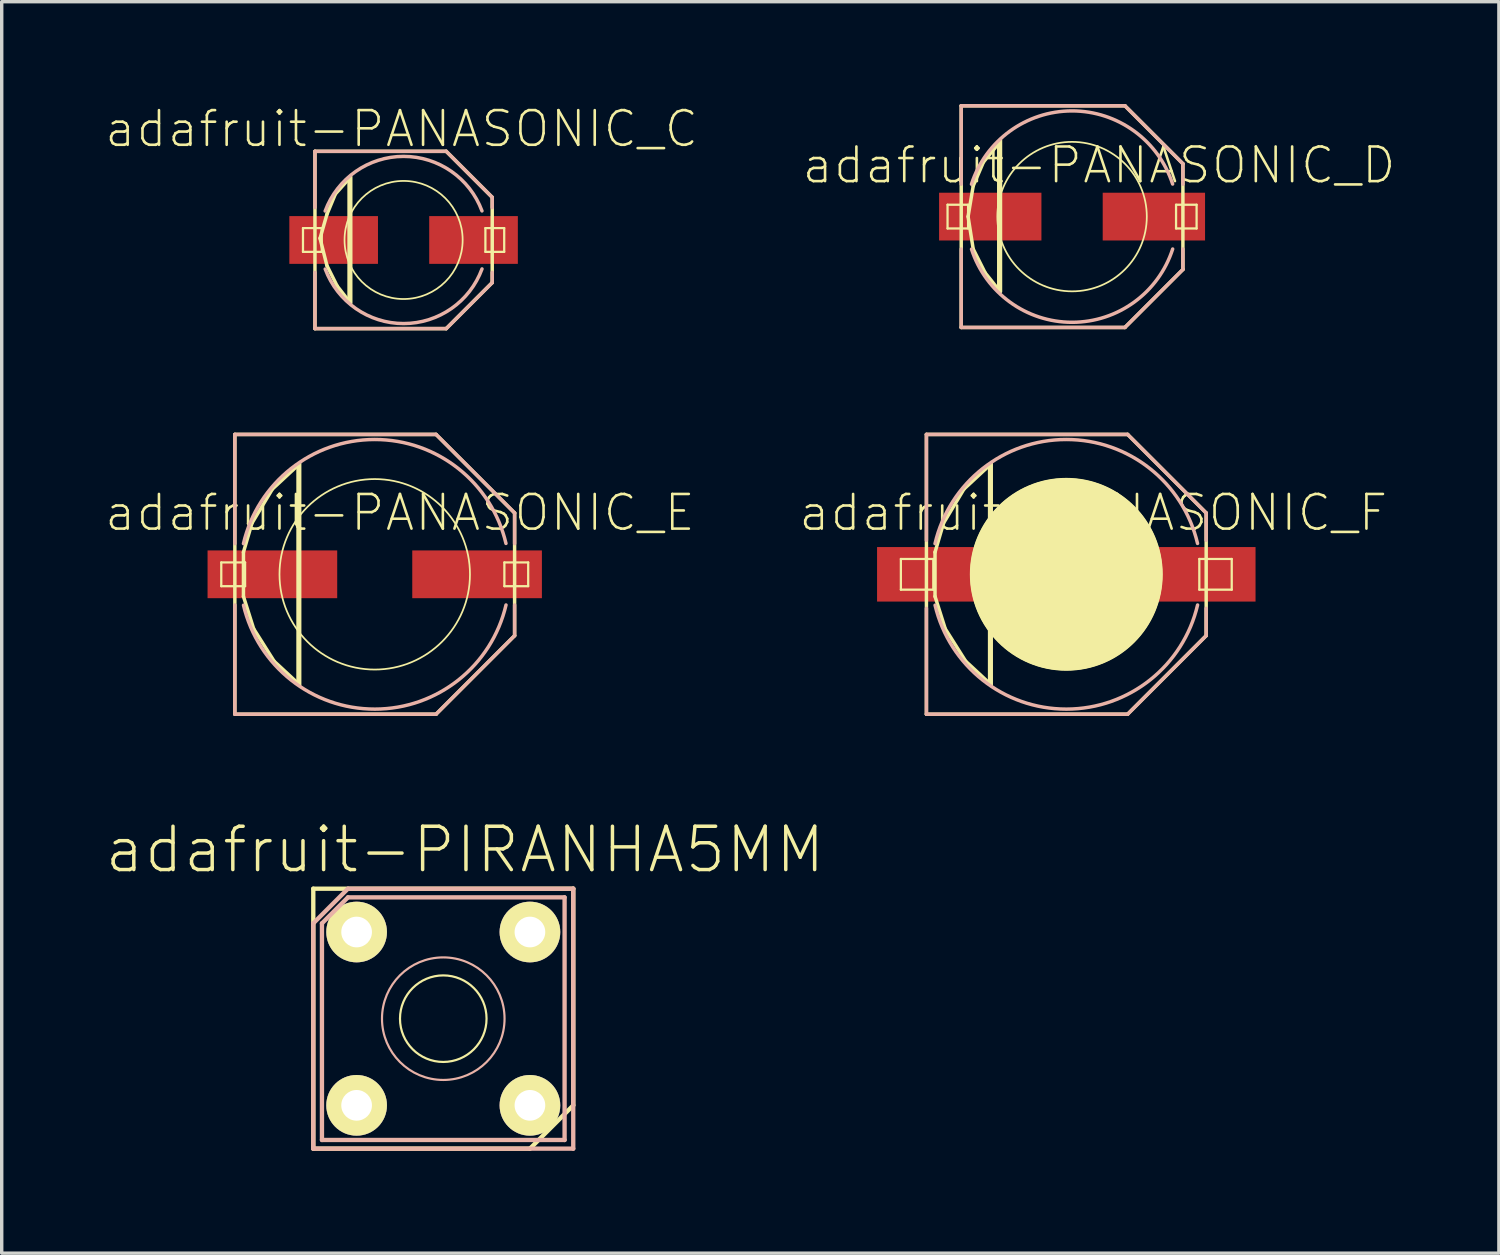
<source format=kicad_pcb>
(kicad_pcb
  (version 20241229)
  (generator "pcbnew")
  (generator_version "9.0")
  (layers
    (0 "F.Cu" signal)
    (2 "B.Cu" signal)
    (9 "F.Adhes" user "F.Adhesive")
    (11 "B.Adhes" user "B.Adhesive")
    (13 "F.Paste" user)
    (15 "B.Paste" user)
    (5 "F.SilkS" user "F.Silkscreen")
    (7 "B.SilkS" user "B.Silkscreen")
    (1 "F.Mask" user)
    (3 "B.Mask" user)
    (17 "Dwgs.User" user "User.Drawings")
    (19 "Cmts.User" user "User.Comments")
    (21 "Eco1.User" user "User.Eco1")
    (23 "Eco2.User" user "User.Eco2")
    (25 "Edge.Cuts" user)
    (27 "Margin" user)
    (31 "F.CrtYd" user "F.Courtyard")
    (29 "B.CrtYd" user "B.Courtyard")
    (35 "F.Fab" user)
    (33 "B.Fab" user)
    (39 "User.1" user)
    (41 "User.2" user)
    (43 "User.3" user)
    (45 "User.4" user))
  (footprint "adafruit-PANASONIC_E"
    (layer "F.Cu")
    (at 7.934 13.784)
    (property "Reference" "adafruit-PANASONIC_E" (at 0.739 -1.806 0) (layer "F.SilkS") (effects (font (size 1.016 1.016) (thickness 0.076))))
    (attr smd)
    (fp_line (start -4.498 -0.348) (end -3.8 -0.348) (stroke (width 0.066) (type solid)) (layer "F.SilkS"))
    (fp_line (start -4.498 0.348) (end -4.498 -0.348) (stroke (width 0.066) (type solid)) (layer "F.SilkS"))
    (fp_line (start -4.498 0.348) (end -3.8 0.348) (stroke (width 0.066) (type solid)) (layer "F.SilkS"))
    (fp_line (start -4.1 -4.1) (end 1.798 -4.1) (stroke (width 0.102) (type solid)) (layer "F.SilkS"))
    (fp_line (start -4.1 4.1) (end -4.1 -4.1) (stroke (width 0.102) (type solid)) (layer "F.SilkS"))
    (fp_line (start -3.848 -0.648) (end -3.848 0.648) (stroke (width 0.102) (type solid)) (layer "F.SilkS"))
    (fp_line (start -3.848 0.648) (end -3.548 1.598) (stroke (width 0.102) (type solid)) (layer "F.SilkS"))
    (fp_line (start -3.8 0.348) (end -3.8 -0.348) (stroke (width 0.066) (type solid)) (layer "F.SilkS"))
    (fp_line (start -3.599 -1.499) (end -3.848 -0.648) (stroke (width 0.102) (type solid)) (layer "F.SilkS"))
    (fp_line (start -3.548 1.598) (end -2.949 2.548) (stroke (width 0.102) (type solid)) (layer "F.SilkS"))
    (fp_line (start -3 -2.499) (end -3.599 -1.499) (stroke (width 0.102) (type solid)) (layer "F.SilkS"))
    (fp_line (start -2.949 2.548) (end -2.248 3.198) (stroke (width 0.102) (type solid)) (layer "F.SilkS"))
    (fp_line (start -2.248 -3.198) (end -3 -2.499) (stroke (width 0.102) (type solid)) (layer "F.SilkS"))
    (fp_line (start -2.248 -3.15) (end -2.248 -3.198) (stroke (width 0.102) (type solid)) (layer "F.SilkS"))
    (fp_line (start -2.248 3.198) (end -2.248 -3.15) (stroke (width 0.102) (type solid)) (layer "F.SilkS"))
    (fp_line (start -2.2 -3.249) (end -2.2 3.249) (stroke (width 0.102) (type solid)) (layer "F.SilkS"))
    (fp_line (start 1.798 -4.1) (end 4.1 -1.798) (stroke (width 0.102) (type solid)) (layer "F.SilkS"))
    (fp_line (start 1.798 4.1) (end -4.1 4.1) (stroke (width 0.102) (type solid)) (layer "F.SilkS"))
    (fp_line (start 3.8 -0.348) (end 4.498 -0.348) (stroke (width 0.066) (type solid)) (layer "F.SilkS"))
    (fp_line (start 3.8 0.348) (end 3.8 -0.348) (stroke (width 0.066) (type solid)) (layer "F.SilkS"))
    (fp_line (start 3.8 0.348) (end 4.498 0.348) (stroke (width 0.066) (type solid)) (layer "F.SilkS"))
    (fp_line (start 4.1 -1.798) (end 4.1 1.798) (stroke (width 0.102) (type solid)) (layer "F.SilkS"))
    (fp_line (start 4.1 1.798) (end 1.798 4.1) (stroke (width 0.102) (type solid)) (layer "F.SilkS"))
    (fp_line (start 4.498 0.348) (end 4.498 -0.348) (stroke (width 0.066) (type solid)) (layer "F.SilkS"))
    (fp_circle (center 0 0) (end -1.974 1.974) (stroke (width 0.051) (type solid)) (fill no) (layer "F.SilkS"))
    (fp_line (start -4.1 -4.1) (end 1.798 -4.1) (stroke (width 0.102) (type solid)) (layer "B.SilkS"))
    (fp_line (start -4.1 -0.899) (end -4.1 -4.1) (stroke (width 0.102) (type solid)) (layer "B.SilkS"))
    (fp_line (start -4.1 4.1) (end -4.1 0.899) (stroke (width 0.102) (type solid)) (layer "B.SilkS"))
    (fp_line (start 1.798 -4.1) (end 4.1 -1.798) (stroke (width 0.102) (type solid)) (layer "B.SilkS"))
    (fp_line (start 1.798 4.1) (end -4.1 4.1) (stroke (width 0.102) (type solid)) (layer "B.SilkS"))
    (fp_line (start 4.1 -1.798) (end 4.1 -0.899) (stroke (width 0.102) (type solid)) (layer "B.SilkS"))
    (fp_line (start 4.1 0.899) (end 4.1 1.798) (stroke (width 0.102) (type solid)) (layer "B.SilkS"))
    (fp_line (start 4.1 1.798) (end 1.798 4.1) (stroke (width 0.102) (type solid)) (layer "B.SilkS"))
    (fp_arc (start -3.8481 -0.89916) (mid -0.003314 -3.951753) (end 3.846587 -0.905612) (stroke (width 0.1016) (type solid)) (layer "B.SilkS"))
    (fp_arc (start 3.8481 0.89916) (mid 0.003314 3.951753) (end -3.846587 0.905612) (stroke (width 0.1016) (type solid)) (layer "B.SilkS"))
    (pad "+" smd rect (at 3 0) (size 3.8 1.4) (layers "F.Cu" "F.Mask" "F.Paste"))
    (pad "-" smd rect (at -3 0) (size 3.8 1.4) (layers "F.Cu" "F.Mask" "F.Paste")))
  (footprint "adafruit-PANASONIC_C"
    (layer "F.Cu")
    (at 8.78 3.984)
    (property "Reference" "adafruit-PANASONIC_C" (at -0.058 -3.256 0) (layer "F.SilkS") (effects (font (size 1.016 1.016) (thickness 0.076))))
    (attr smd)
    (fp_line (start -2.949 -0.348) (end -2.398 -0.348) (stroke (width 0.066) (type solid)) (layer "F.SilkS"))
    (fp_line (start -2.949 0.348) (end -2.949 -0.348) (stroke (width 0.066) (type solid)) (layer "F.SilkS"))
    (fp_line (start -2.949 0.348) (end -2.398 0.348) (stroke (width 0.066) (type solid)) (layer "F.SilkS"))
    (fp_line (start -2.598 -2.598) (end 1.25 -2.598) (stroke (width 0.102) (type solid)) (layer "F.SilkS"))
    (fp_line (start -2.598 2.598) (end -2.598 -2.598) (stroke (width 0.102) (type solid)) (layer "F.SilkS"))
    (fp_line (start -2.449 -0.048) (end -2.248 0.749) (stroke (width 0.102) (type solid)) (layer "F.SilkS"))
    (fp_line (start -2.398 0.348) (end -2.398 -0.348) (stroke (width 0.066) (type solid)) (layer "F.SilkS"))
    (fp_line (start -2.248 -0.749) (end -2.449 -0.048) (stroke (width 0.102) (type solid)) (layer "F.SilkS"))
    (fp_line (start -2.248 0.749) (end -1.948 1.349) (stroke (width 0.102) (type solid)) (layer "F.SilkS"))
    (fp_line (start -1.999 -1.349) (end -2.248 -0.749) (stroke (width 0.102) (type solid)) (layer "F.SilkS"))
    (fp_line (start -1.948 1.349) (end -1.598 1.798) (stroke (width 0.102) (type solid)) (layer "F.SilkS"))
    (fp_line (start -1.598 -1.798) (end -1.999 -1.349) (stroke (width 0.102) (type solid)) (layer "F.SilkS"))
    (fp_line (start -1.598 1.798) (end -1.598 -1.798) (stroke (width 0.102) (type solid)) (layer "F.SilkS"))
    (fp_line (start -1.549 -1.849) (end -1.549 1.849) (stroke (width 0.102) (type solid)) (layer "F.SilkS"))
    (fp_line (start 1.25 -2.598) (end 2.598 -1.25) (stroke (width 0.102) (type solid)) (layer "F.SilkS"))
    (fp_line (start 1.25 2.598) (end -2.598 2.598) (stroke (width 0.102) (type solid)) (layer "F.SilkS"))
    (fp_line (start 2.398 -0.348) (end 2.949 -0.348) (stroke (width 0.066) (type solid)) (layer "F.SilkS"))
    (fp_line (start 2.398 0.348) (end 2.398 -0.348) (stroke (width 0.066) (type solid)) (layer "F.SilkS"))
    (fp_line (start 2.398 0.348) (end 2.949 0.348) (stroke (width 0.066) (type solid)) (layer "F.SilkS"))
    (fp_line (start 2.598 -1.25) (end 2.598 1.25) (stroke (width 0.102) (type solid)) (layer "F.SilkS"))
    (fp_line (start 2.598 1.25) (end 1.25 2.598) (stroke (width 0.102) (type solid)) (layer "F.SilkS"))
    (fp_line (start 2.949 0.348) (end 2.949 -0.348) (stroke (width 0.066) (type solid)) (layer "F.SilkS"))
    (fp_circle (center 0 0) (end -1.224 1.224) (stroke (width 0.051) (type solid)) (fill no) (layer "F.SilkS"))
    (fp_line (start -2.598 -2.598) (end 1.25 -2.598) (stroke (width 0.102) (type solid)) (layer "B.SilkS"))
    (fp_line (start -2.598 -0.95) (end -2.598 -2.598) (stroke (width 0.102) (type solid)) (layer "B.SilkS"))
    (fp_line (start -2.598 2.598) (end -2.598 0.95) (stroke (width 0.102) (type solid)) (layer "B.SilkS"))
    (fp_line (start 1.25 -2.598) (end 2.598 -1.25) (stroke (width 0.102) (type solid)) (layer "B.SilkS"))
    (fp_line (start 1.25 2.598) (end -2.598 2.598) (stroke (width 0.102) (type solid)) (layer "B.SilkS"))
    (fp_line (start 2.598 -1.25) (end 2.598 -0.95) (stroke (width 0.102) (type solid)) (layer "B.SilkS"))
    (fp_line (start 2.598 0.95) (end 2.598 1.25) (stroke (width 0.102) (type solid)) (layer "B.SilkS"))
    (fp_line (start 2.598 1.25) (end 1.25 2.598) (stroke (width 0.102) (type solid)) (layer "B.SilkS"))
    (fp_arc (start -2.2987 -0.84836) (mid -0.001833 -2.450252) (end 2.297428 -0.851799) (stroke (width 0.1016) (type solid)) (layer "B.SilkS"))
    (fp_arc (start 2.2987 0.84836) (mid 0.001833 2.450252) (end -2.297428 0.851799) (stroke (width 0.1016) (type solid)) (layer "B.SilkS"))
    (pad "+" smd rect (at 2.05 0) (size 2.598 1.4) (layers "F.Cu" "F.Mask" "F.Paste"))
    (pad "-" smd rect (at -2.05 0) (size 2.598 1.4) (layers "F.Cu" "F.Mask" "F.Paste")))
  (footprint "adafruit-PANASONIC_F"
    (layer "F.Cu")
    (at 28.205 13.784)
    (property "Reference" "adafruit-PANASONIC_F" (at 0.79 -1.806 0) (layer "F.SilkS") (effects (font (size 1.016 1.016) (thickness 0.076))))
    (attr smd)
    (fp_line (start -4.849 -0.45) (end -3.899 -0.45) (stroke (width 0.066) (type solid)) (layer "F.SilkS"))
    (fp_line (start -4.849 0.45) (end -4.849 -0.45) (stroke (width 0.066) (type solid)) (layer "F.SilkS"))
    (fp_line (start -4.849 0.45) (end -3.899 0.45) (stroke (width 0.066) (type solid)) (layer "F.SilkS"))
    (fp_line (start -4.1 -4.1) (end 1.798 -4.1) (stroke (width 0.102) (type solid)) (layer "F.SilkS"))
    (fp_line (start -4.1 4.1) (end -4.1 -4.1) (stroke (width 0.102) (type solid)) (layer "F.SilkS"))
    (fp_line (start -3.899 0.45) (end -3.899 -0.45) (stroke (width 0.066) (type solid)) (layer "F.SilkS"))
    (fp_line (start -3.848 -0.648) (end -3.848 0.648) (stroke (width 0.102) (type solid)) (layer "F.SilkS"))
    (fp_line (start -3.848 0.648) (end -3.548 1.598) (stroke (width 0.102) (type solid)) (layer "F.SilkS"))
    (fp_line (start -3.599 -1.499) (end -3.848 -0.648) (stroke (width 0.102) (type solid)) (layer "F.SilkS"))
    (fp_line (start -3.548 1.598) (end -2.949 2.548) (stroke (width 0.102) (type solid)) (layer "F.SilkS"))
    (fp_line (start -3 -2.499) (end -3.599 -1.499) (stroke (width 0.102) (type solid)) (layer "F.SilkS"))
    (fp_line (start -2.949 2.548) (end -2.248 3.198) (stroke (width 0.102) (type solid)) (layer "F.SilkS"))
    (fp_line (start -2.248 -3.198) (end -3 -2.499) (stroke (width 0.102) (type solid)) (layer "F.SilkS"))
    (fp_line (start -2.248 -3.15) (end -2.248 -3.198) (stroke (width 0.102) (type solid)) (layer "F.SilkS"))
    (fp_line (start -2.248 3.198) (end -2.248 -3.15) (stroke (width 0.102) (type solid)) (layer "F.SilkS"))
    (fp_line (start -2.2 -3.249) (end -2.2 3.249) (stroke (width 0.102) (type solid)) (layer "F.SilkS"))
    (fp_line (start 1.798 -4.1) (end 4.1 -1.798) (stroke (width 0.102) (type solid)) (layer "F.SilkS"))
    (fp_line (start 1.798 4.1) (end -4.1 4.1) (stroke (width 0.102) (type solid)) (layer "F.SilkS"))
    (fp_line (start 3.899 -0.45) (end 4.849 -0.45) (stroke (width 0.066) (type solid)) (layer "F.SilkS"))
    (fp_line (start 3.899 0.45) (end 3.899 -0.45) (stroke (width 0.066) (type solid)) (layer "F.SilkS"))
    (fp_line (start 3.899 0.45) (end 4.849 0.45) (stroke (width 0.066) (type solid)) (layer "F.SilkS"))
    (fp_line (start 4.1 -1.798) (end 4.1 1.798) (stroke (width 0.102) (type solid)) (layer "F.SilkS"))
    (fp_line (start 4.1 1.798) (end 1.798 4.1) (stroke (width 0.102) (type solid)) (layer "F.SilkS"))
    (fp_line (start 4.849 0.45) (end 4.849 -0.45) (stroke (width 0.066) (type solid)) (layer "F.SilkS"))
    (fp_circle (center 0 0) (end -1.999 1.999) (stroke (width 0) (type solid)) (fill yes) (layer "F.SilkS"))
    (fp_circle (center 0 0) (end -1.974 1.974) (stroke (width 0.051) (type solid)) (fill no) (layer "F.SilkS"))
    (fp_line (start -4.1 -4.1) (end 1.798 -4.1) (stroke (width 0.102) (type solid)) (layer "B.SilkS"))
    (fp_line (start -4.1 -0.998) (end -4.1 -4.1) (stroke (width 0.102) (type solid)) (layer "B.SilkS"))
    (fp_line (start -4.1 4.1) (end -4.1 0.998) (stroke (width 0.102) (type solid)) (layer "B.SilkS"))
    (fp_line (start 1.798 -4.1) (end 4.1 -1.798) (stroke (width 0.102) (type solid)) (layer "B.SilkS"))
    (fp_line (start 1.798 4.1) (end -4.1 4.1) (stroke (width 0.102) (type solid)) (layer "B.SilkS"))
    (fp_line (start 4.1 -1.798) (end 4.1 -0.998) (stroke (width 0.102) (type solid)) (layer "B.SilkS"))
    (fp_line (start 4.1 0.998) (end 4.1 1.798) (stroke (width 0.102) (type solid)) (layer "B.SilkS"))
    (fp_line (start 4.1 1.798) (end 1.798 4.1) (stroke (width 0.102) (type solid)) (layer "B.SilkS"))
    (fp_arc (start -3.8481 -0.89916) (mid -0.003314 -3.951753) (end 3.846587 -0.905612) (stroke (width 0.1016) (type solid)) (layer "B.SilkS"))
    (fp_arc (start 3.8481 0.89916) (mid 0.003314 3.951753) (end -3.846587 0.905612) (stroke (width 0.1016) (type solid)) (layer "B.SilkS"))
    (pad "+" smd rect (at 3.548 0) (size 3.998 1.598) (layers "F.Cu" "F.Mask" "F.Paste"))
    (pad "-" smd rect (at -3.548 0) (size 3.998 1.598) (layers "F.Cu" "F.Mask" "F.Paste")))
  (footprint "adafruit-PANASONIC_D"
    (layer "F.Cu")
    (at 28.374 3.299)
    (property "Reference" "adafruit-PANASONIC_D" (at 0.79 -1.506 0) (layer "F.SilkS") (effects (font (size 1.016 1.016) (thickness 0.076))))
    (attr smd)
    (fp_line (start -3.65 -0.348) (end -3.048 -0.348) (stroke (width 0.066) (type solid)) (layer "F.SilkS"))
    (fp_line (start -3.65 0.348) (end -3.65 -0.348) (stroke (width 0.066) (type solid)) (layer "F.SilkS"))
    (fp_line (start -3.65 0.348) (end -3.048 0.348) (stroke (width 0.066) (type solid)) (layer "F.SilkS"))
    (fp_line (start -3.249 -3.249) (end 1.549 -3.249) (stroke (width 0.102) (type solid)) (layer "F.SilkS"))
    (fp_line (start -3.249 3.249) (end -3.249 -3.249) (stroke (width 0.102) (type solid)) (layer "F.SilkS"))
    (fp_line (start -3.048 0) (end -2.898 0.95) (stroke (width 0.102) (type solid)) (layer "F.SilkS"))
    (fp_line (start -3.048 0.348) (end -3.048 -0.348) (stroke (width 0.066) (type solid)) (layer "F.SilkS"))
    (fp_line (start -2.898 -0.899) (end -3.048 0) (stroke (width 0.102) (type solid)) (layer "F.SilkS"))
    (fp_line (start -2.898 0.95) (end -2.548 1.648) (stroke (width 0.102) (type solid)) (layer "F.SilkS"))
    (fp_line (start -2.598 -1.598) (end -2.898 -0.899) (stroke (width 0.102) (type solid)) (layer "F.SilkS"))
    (fp_line (start -2.548 1.648) (end -2.149 2.149) (stroke (width 0.102) (type solid)) (layer "F.SilkS"))
    (fp_line (start -2.149 -2.149) (end -2.598 -1.598) (stroke (width 0.102) (type solid)) (layer "F.SilkS"))
    (fp_line (start -2.149 -2.098) (end -2.149 -2.149) (stroke (width 0.102) (type solid)) (layer "F.SilkS"))
    (fp_line (start -2.149 2.149) (end -2.149 -2.098) (stroke (width 0.102) (type solid)) (layer "F.SilkS"))
    (fp_line (start -2.098 -2.248) (end -2.098 2.2) (stroke (width 0.102) (type solid)) (layer "F.SilkS"))
    (fp_line (start 1.549 -3.249) (end 3.249 -1.549) (stroke (width 0.102) (type solid)) (layer "F.SilkS"))
    (fp_line (start 1.549 3.249) (end -3.249 3.249) (stroke (width 0.102) (type solid)) (layer "F.SilkS"))
    (fp_line (start 3.048 -0.348) (end 3.65 -0.348) (stroke (width 0.066) (type solid)) (layer "F.SilkS"))
    (fp_line (start 3.048 0.348) (end 3.048 -0.348) (stroke (width 0.066) (type solid)) (layer "F.SilkS"))
    (fp_line (start 3.048 0.348) (end 3.65 0.348) (stroke (width 0.066) (type solid)) (layer "F.SilkS"))
    (fp_line (start 3.249 -1.549) (end 3.249 1.549) (stroke (width 0.102) (type solid)) (layer "F.SilkS"))
    (fp_line (start 3.249 1.549) (end 1.549 3.249) (stroke (width 0.102) (type solid)) (layer "F.SilkS"))
    (fp_line (start 3.65 0.348) (end 3.65 -0.348) (stroke (width 0.066) (type solid)) (layer "F.SilkS"))
    (fp_circle (center 0 0) (end -1.549 1.549) (stroke (width 0.051) (type solid)) (fill no) (layer "F.SilkS"))
    (fp_line (start -3.249 -3.249) (end 1.549 -3.249) (stroke (width 0.102) (type solid)) (layer "B.SilkS"))
    (fp_line (start -3.249 -0.95) (end -3.249 -3.249) (stroke (width 0.102) (type solid)) (layer "B.SilkS"))
    (fp_line (start -3.249 3.249) (end -3.249 0.95) (stroke (width 0.102) (type solid)) (layer "B.SilkS"))
    (fp_line (start 1.549 -3.249) (end 3.249 -1.549) (stroke (width 0.102) (type solid)) (layer "B.SilkS"))
    (fp_line (start 1.549 3.249) (end -3.249 3.249) (stroke (width 0.102) (type solid)) (layer "B.SilkS"))
    (fp_line (start 3.249 -1.549) (end 3.249 -0.95) (stroke (width 0.102) (type solid)) (layer "B.SilkS"))
    (fp_line (start 3.249 0.95) (end 3.249 1.549) (stroke (width 0.102) (type solid)) (layer "B.SilkS"))
    (fp_line (start 3.249 1.549) (end 1.549 3.249) (stroke (width 0.102) (type solid)) (layer "B.SilkS"))
    (fp_arc (start -2.94894 -0.94996) (mid -0.0024 -3.098171) (end 2.947465 -0.954527) (stroke (width 0.1016) (type solid)) (layer "B.SilkS"))
    (fp_arc (start 2.94894 0.94996) (mid 0.0024 3.098171) (end -2.947465 0.954527) (stroke (width 0.1016) (type solid)) (layer "B.SilkS"))
    (pad "+" smd rect (at 2.398 0) (size 3 1.4) (layers "F.Cu" "F.Mask" "F.Paste"))
    (pad "-" smd rect (at -2.398 0) (size 3 1.4) (layers "F.Cu" "F.Mask" "F.Paste")))
  (footprint "adafruit-PIRANHA5MM"
    (layer "F.Cu")
    (at 9.943 26.809)
    (property "Reference" "adafruit-PIRANHA5MM" (at 0.635 -4.953 0) (layer "F.SilkS") (effects (font (size 1.27 1.27) (thickness 0.102))))
    (attr exclude_from_pos_files exclude_from_bom)
    (fp_line (start -3.81 -3.81) (end -3.81 3.81) (stroke (width 0.127) (type solid)) (layer "F.SilkS"))
    (fp_line (start -3.81 -3.81) (end 3.81 -3.81) (stroke (width 0.127) (type solid)) (layer "F.SilkS"))
    (fp_line (start 2.54 3.81) (end -3.81 3.81) (stroke (width 0.127) (type solid)) (layer "F.SilkS"))
    (fp_line (start 3.81 -3.81) (end 3.81 2.54) (stroke (width 0.127) (type solid)) (layer "F.SilkS"))
    (fp_line (start 3.81 2.54) (end 2.54 3.81) (stroke (width 0.127) (type solid)) (layer "F.SilkS"))
    (fp_circle (center 0 0) (end -0.897 0.897) (stroke (width 0.064) (type solid)) (fill no) (layer "F.SilkS"))
    (fp_line (start -3.81 -2.794) (end -2.794 -3.81) (stroke (width 0.127) (type solid)) (layer "B.SilkS"))
    (fp_line (start -3.81 3.81) (end -3.81 -2.794) (stroke (width 0.127) (type solid)) (layer "B.SilkS"))
    (fp_line (start -3.556 -2.794) (end -3.556 3.556) (stroke (width 0.127) (type solid)) (layer "B.SilkS"))
    (fp_line (start -3.556 3.556) (end 3.556 3.556) (stroke (width 0.127) (type solid)) (layer "B.SilkS"))
    (fp_line (start -2.794 -3.81) (end 3.81 -3.81) (stroke (width 0.127) (type solid)) (layer "B.SilkS"))
    (fp_line (start -2.794 -3.556) (end -3.556 -2.794) (stroke (width 0.127) (type solid)) (layer "B.SilkS"))
    (fp_line (start 3.556 -3.556) (end -2.794 -3.556) (stroke (width 0.127) (type solid)) (layer "B.SilkS"))
    (fp_line (start 3.556 3.556) (end 3.556 -3.556) (stroke (width 0.127) (type solid)) (layer "B.SilkS"))
    (fp_line (start 3.81 -3.81) (end 3.81 3.81) (stroke (width 0.127) (type solid)) (layer "B.SilkS"))
    (fp_line (start 3.81 3.81) (end -3.81 3.81) (stroke (width 0.127) (type solid)) (layer "B.SilkS"))
    (fp_circle (center 0 0) (end -1.27 1.27) (stroke (width 0.064) (type solid)) (fill no) (layer "B.SilkS"))
    (pad "1" thru_hole circle (at -2.54 -2.54) (size 1.778 1.778) (drill 0.899) (layers "*.Cu" "F.Mask" "F.SilkS" "F.Paste"))
    (pad "2" thru_hole circle (at -2.54 2.54) (size 1.778 1.778) (drill 0.899) (layers "*.Cu" "F.Mask" "F.SilkS" "F.Paste"))
    (pad "3" thru_hole circle (at 2.54 2.54) (size 1.778 1.778) (drill 0.899) (layers "*.Cu" "F.Mask" "F.SilkS" "F.Paste"))
    (pad "4" thru_hole circle (at 2.54 -2.54) (size 1.778 1.778) (drill 0.899) (layers "*.Cu" "F.Mask" "F.SilkS" "F.Paste")))
  (gr_rect
    (start -3 -3)
    (end 40.885 33.682)
    (stroke (width 0.1) (type default))
    (fill no)
    (layer "Edge.Cuts")))
</source>
